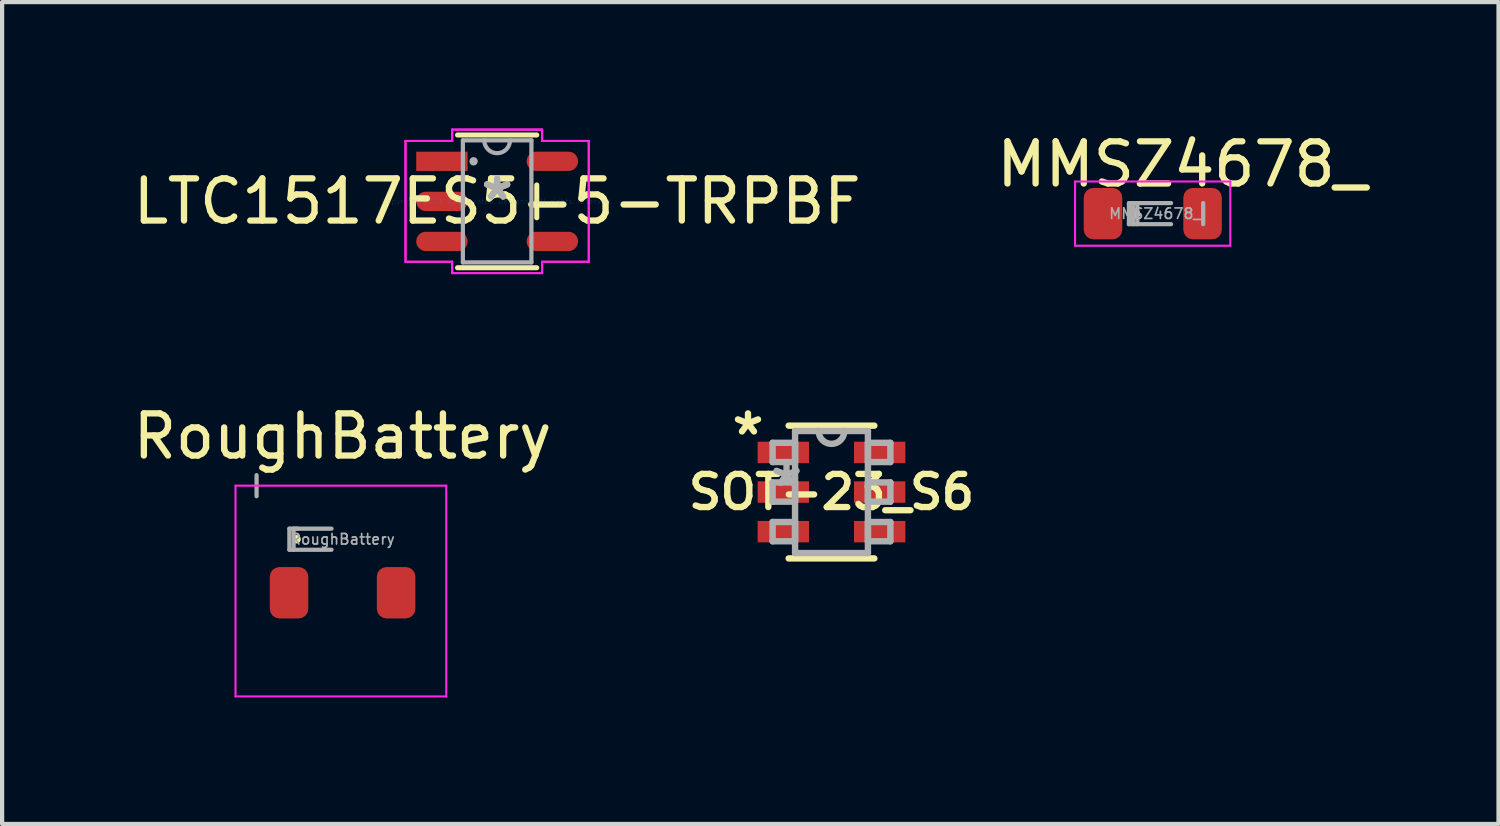
<source format=kicad_pcb>
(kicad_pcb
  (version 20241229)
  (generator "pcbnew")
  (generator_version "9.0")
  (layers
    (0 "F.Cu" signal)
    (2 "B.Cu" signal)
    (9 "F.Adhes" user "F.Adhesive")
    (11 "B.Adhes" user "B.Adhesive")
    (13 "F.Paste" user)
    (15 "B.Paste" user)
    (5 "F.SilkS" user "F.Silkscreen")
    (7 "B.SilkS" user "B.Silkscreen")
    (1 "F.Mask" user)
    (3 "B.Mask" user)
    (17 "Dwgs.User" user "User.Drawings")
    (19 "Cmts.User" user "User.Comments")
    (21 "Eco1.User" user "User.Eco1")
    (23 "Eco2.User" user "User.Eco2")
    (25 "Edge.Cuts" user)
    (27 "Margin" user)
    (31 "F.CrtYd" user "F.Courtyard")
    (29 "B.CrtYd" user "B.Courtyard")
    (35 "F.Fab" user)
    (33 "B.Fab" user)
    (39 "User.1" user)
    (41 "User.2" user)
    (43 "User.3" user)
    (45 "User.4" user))
  (footprint "LTC1517ES5-5-TRPBF"
    (layer "F.Cu")
    (at 8.744 1.727)
    (property "Reference" "LTC1517ES5-5-TRPBF" (at 0 0 0) (layer "F.SilkS") (effects (font (size 1 1) (thickness 0.15))))
    (attr through_hole)
    (fp_line (start -0.94 1.575) (end 0.94 1.575) (stroke (width 0.12) (type solid)) (layer "F.SilkS"))
    (fp_line (start 0.94 -1.575) (end -0.94 -1.575) (stroke (width 0.12) (type solid)) (layer "F.SilkS"))
    (fp_line (start 0.94 0.389) (end 0.94 -0.389) (stroke (width 0.12) (type solid)) (layer "F.SilkS"))
    (fp_line (start -2.174 -1.433) (end -1.067 -1.433) (stroke (width 0.05) (type solid)) (layer "F.CrtYd"))
    (fp_line (start -2.174 -1.433) (end -1.067 -1.433) (stroke (width 0.05) (type solid)) (layer "F.CrtYd"))
    (fp_line (start -2.174 1.433) (end -2.174 -1.433) (stroke (width 0.05) (type solid)) (layer "F.CrtYd"))
    (fp_line (start -2.174 1.433) (end -2.174 -1.433) (stroke (width 0.05) (type solid)) (layer "F.CrtYd"))
    (fp_line (start -2.174 1.433) (end -1.067 1.433) (stroke (width 0.05) (type solid)) (layer "F.CrtYd"))
    (fp_line (start -1.067 -1.702) (end 1.067 -1.702) (stroke (width 0.05) (type solid)) (layer "F.CrtYd"))
    (fp_line (start -1.067 -1.702) (end 1.067 -1.702) (stroke (width 0.05) (type solid)) (layer "F.CrtYd"))
    (fp_line (start -1.067 -1.433) (end -1.067 -1.702) (stroke (width 0.05) (type solid)) (layer "F.CrtYd"))
    (fp_line (start -1.067 -1.433) (end -1.067 -1.702) (stroke (width 0.05) (type solid)) (layer "F.CrtYd"))
    (fp_line (start -1.067 1.433) (end -2.174 1.433) (stroke (width 0.05) (type solid)) (layer "F.CrtYd"))
    (fp_line (start -1.067 1.702) (end -1.067 1.433) (stroke (width 0.05) (type solid)) (layer "F.CrtYd"))
    (fp_line (start -1.067 1.702) (end -1.067 1.433) (stroke (width 0.05) (type solid)) (layer "F.CrtYd"))
    (fp_line (start 1.067 -1.702) (end 1.067 -1.433) (stroke (width 0.05) (type solid)) (layer "F.CrtYd"))
    (fp_line (start 1.067 -1.702) (end 1.067 -1.433) (stroke (width 0.05) (type solid)) (layer "F.CrtYd"))
    (fp_line (start 1.067 -1.433) (end 2.174 -1.433) (stroke (width 0.05) (type solid)) (layer "F.CrtYd"))
    (fp_line (start 1.067 1.433) (end 1.067 1.702) (stroke (width 0.05) (type solid)) (layer "F.CrtYd"))
    (fp_line (start 1.067 1.433) (end 1.067 1.702) (stroke (width 0.05) (type solid)) (layer "F.CrtYd"))
    (fp_line (start 1.067 1.702) (end -1.067 1.702) (stroke (width 0.05) (type solid)) (layer "F.CrtYd"))
    (fp_line (start 1.067 1.702) (end -1.067 1.702) (stroke (width 0.05) (type solid)) (layer "F.CrtYd"))
    (fp_line (start 2.174 -1.433) (end 1.067 -1.433) (stroke (width 0.05) (type solid)) (layer "F.CrtYd"))
    (fp_line (start 2.174 -1.433) (end 2.174 1.433) (stroke (width 0.05) (type solid)) (layer "F.CrtYd"))
    (fp_line (start 2.174 -1.433) (end 2.174 1.433) (stroke (width 0.05) (type solid)) (layer "F.CrtYd"))
    (fp_line (start 2.174 1.433) (end 1.067 1.433) (stroke (width 0.05) (type solid)) (layer "F.CrtYd"))
    (fp_line (start 2.174 1.433) (end 1.067 1.433) (stroke (width 0.05) (type solid)) (layer "F.CrtYd"))
    (fp_line (start -0.813 -1.448) (end -0.813 1.448) (stroke (width 0.1) (type solid)) (layer "F.Fab"))
    (fp_line (start -0.813 1.448) (end 0.813 1.448) (stroke (width 0.1) (type solid)) (layer "F.Fab"))
    (fp_line (start 0.813 -1.448) (end -0.813 -1.448) (stroke (width 0.1) (type solid)) (layer "F.Fab"))
    (fp_line (start 0.813 1.448) (end 0.813 -1.448) (stroke (width 0.1) (type solid)) (layer "F.Fab"))
    (fp_arc (start 0.3048 -1.4478) (mid 0 -1.143) (end -0.3048 -1.4478) (stroke (width 0.1) (type solid)) (layer "F.Fab"))
    (fp_circle (center -0.559 -0.95) (end -0.559 -0.95) (stroke (width 0.1) (type solid)) (fill no) (layer "F.Fab"))
    (fp_text user "*" (at 0 0 0) (layer "F.SilkS") (effects (font (size 1 1) (thickness 0.15))))
    (fp_text user "Copyright 2021 Accelerated Designs. All rights reserved." (at 0 0 0) (layer "Cmts.User") (effects (font (size 0.127 0.127) (thickness 0.002))))
    (fp_text user "*" (at 0 0 0) (layer "F.Fab") (effects (font (size 1 1) (thickness 0.15))))
    (pad "1" smd rect (at -1.31 -0.95) (size 1.219 0.457) (layers "F.Cu" "F.Mask" "F.Paste"))
    (pad "2" smd oval (at -1.31 0) (size 1.219 0.457) (layers "F.Cu" "F.Mask" "F.Paste"))
    (pad "3" smd oval (at -1.31 0.95) (size 1.219 0.457) (layers "F.Cu" "F.Mask" "F.Paste"))
    (pad "4" smd oval (at 1.31 0.95) (size 1.219 0.457) (layers "F.Cu" "F.Mask" "F.Paste"))
    (pad "5" smd oval (at 1.31 -0.95) (size 1.219 0.457) (layers "F.Cu" "F.Mask" "F.Paste")))
  (footprint "SOT-23_S6"
    (layer "F.Cu")
    (at 16.676 8.623)
    (property "Reference" "SOT-23_S6" (at 0 0 0) (layer "F.SilkS") (effects (font (size 0.787 0.787) (thickness 0.15))))
    (attr through_hole)
    (fp_line (start -1.016 1.575) (end 1.016 1.575) (stroke (width 0.152) (type solid)) (layer "F.SilkS"))
    (fp_line (start 1.016 -1.575) (end -1.016 -1.575) (stroke (width 0.152) (type solid)) (layer "F.SilkS"))
    (fp_line (start -1.397 -1.168) (end -1.397 -0.711) (stroke (width 0.152) (type solid)) (layer "F.Fab"))
    (fp_line (start -1.397 -0.711) (end -0.864 -0.711) (stroke (width 0.152) (type solid)) (layer "F.Fab"))
    (fp_line (start -1.397 -0.229) (end -1.397 0.229) (stroke (width 0.152) (type solid)) (layer "F.Fab"))
    (fp_line (start -1.397 0.229) (end -0.864 0.229) (stroke (width 0.152) (type solid)) (layer "F.Fab"))
    (fp_line (start -1.397 0.711) (end -1.397 1.168) (stroke (width 0.152) (type solid)) (layer "F.Fab"))
    (fp_line (start -1.397 1.168) (end -0.864 1.168) (stroke (width 0.152) (type solid)) (layer "F.Fab"))
    (fp_line (start -0.864 -1.448) (end -0.864 1.448) (stroke (width 0.152) (type solid)) (layer "F.Fab"))
    (fp_line (start -0.864 -1.168) (end -1.397 -1.168) (stroke (width 0.152) (type solid)) (layer "F.Fab"))
    (fp_line (start -0.864 -0.711) (end -0.864 -1.168) (stroke (width 0.152) (type solid)) (layer "F.Fab"))
    (fp_line (start -0.864 -0.229) (end -1.397 -0.229) (stroke (width 0.152) (type solid)) (layer "F.Fab"))
    (fp_line (start -0.864 0.229) (end -0.864 -0.229) (stroke (width 0.152) (type solid)) (layer "F.Fab"))
    (fp_line (start -0.864 0.711) (end -1.397 0.711) (stroke (width 0.152) (type solid)) (layer "F.Fab"))
    (fp_line (start -0.864 1.168) (end -0.864 0.711) (stroke (width 0.152) (type solid)) (layer "F.Fab"))
    (fp_line (start -0.864 1.448) (end 0.864 1.448) (stroke (width 0.152) (type solid)) (layer "F.Fab"))
    (fp_line (start -0.305 -1.448) (end -0.864 -1.448) (stroke (width 0.152) (type solid)) (layer "F.Fab"))
    (fp_line (start 0.305 -1.448) (end -0.305 -1.448) (stroke (width 0.152) (type solid)) (layer "F.Fab"))
    (fp_line (start 0.864 -1.448) (end 0.305 -1.448) (stroke (width 0.152) (type solid)) (layer "F.Fab"))
    (fp_line (start 0.864 -1.168) (end 0.864 -0.711) (stroke (width 0.152) (type solid)) (layer "F.Fab"))
    (fp_line (start 0.864 -0.711) (end 1.397 -0.711) (stroke (width 0.152) (type solid)) (layer "F.Fab"))
    (fp_line (start 0.864 -0.229) (end 0.864 0.229) (stroke (width 0.152) (type solid)) (layer "F.Fab"))
    (fp_line (start 0.864 0.229) (end 1.397 0.229) (stroke (width 0.152) (type solid)) (layer "F.Fab"))
    (fp_line (start 0.864 0.711) (end 0.864 1.168) (stroke (width 0.152) (type solid)) (layer "F.Fab"))
    (fp_line (start 0.864 1.168) (end 1.397 1.168) (stroke (width 0.152) (type solid)) (layer "F.Fab"))
    (fp_line (start 0.864 1.448) (end 0.864 -1.448) (stroke (width 0.152) (type solid)) (layer "F.Fab"))
    (fp_line (start 1.397 -1.168) (end 0.864 -1.168) (stroke (width 0.152) (type solid)) (layer "F.Fab"))
    (fp_line (start 1.397 -0.711) (end 1.397 -1.168) (stroke (width 0.152) (type solid)) (layer "F.Fab"))
    (fp_line (start 1.397 -0.229) (end 0.864 -0.229) (stroke (width 0.152) (type solid)) (layer "F.Fab"))
    (fp_line (start 1.397 0.229) (end 1.397 -0.229) (stroke (width 0.152) (type solid)) (layer "F.Fab"))
    (fp_line (start 1.397 0.711) (end 0.864 0.711) (stroke (width 0.152) (type solid)) (layer "F.Fab"))
    (fp_line (start 1.397 1.168) (end 1.397 0.711) (stroke (width 0.152) (type solid)) (layer "F.Fab"))
    (fp_arc (start 0.3048 -1.4478) (mid 0 -1.143) (end -0.3048 -1.4478) (stroke (width 0.1524) (type solid)) (layer "F.Fab"))
    (fp_text user "*" (at -1.981 -1.321 0) (layer "F.SilkS") (effects (font (size 1 1) (thickness 0.15))))
    (fp_text user "*" (at -1.067 -0.102 0) (layer "F.Fab") (effects (font (size 1 1) (thickness 0.15))))
    (pad "1" smd rect (at -1.143 -0.94) (size 1.219 0.508) (layers "F.Cu" "F.Mask" "F.Paste"))
    (pad "2" smd rect (at -1.143 0) (size 1.219 0.508) (layers "F.Cu" "F.Mask" "F.Paste"))
    (pad "3" smd rect (at -1.143 0.94) (size 1.219 0.508) (layers "F.Cu" "F.Mask" "F.Paste"))
    (pad "4" smd rect (at 1.143 0.94) (size 1.219 0.508) (layers "F.Cu" "F.Mask" "F.Paste"))
    (pad "5" smd rect (at 1.143 0) (size 1.219 0.508) (layers "F.Cu" "F.Mask" "F.Paste"))
    (pad "6" smd rect (at 1.143 -0.94) (size 1.219 0.508) (layers "F.Cu" "F.Mask" "F.Paste")))
  (footprint "MMSZ4678_"
    (layer "F.Cu")
    (at 24.994 2.018)
    (property "Reference" "MMSZ4678_" (at 0 -1.17 0) (layer "F.SilkS") (effects (font (size 1 1) (thickness 0.15))))
    (attr smd)
    (fp_circle (center -1.09 0) (end -1.04 0) (stroke (width 0.1) (type solid)) (fill no) (layer "F.SilkS"))
    (fp_line (start -2.54 -0.762) (end 1.143 -0.762) (stroke (width 0.05) (type solid)) (layer "F.CrtYd"))
    (fp_line (start -2.54 0.762) (end -2.54 -0.762) (stroke (width 0.05) (type solid)) (layer "F.CrtYd"))
    (fp_line (start 1.143 -0.762) (end 1.143 0.762) (stroke (width 0.05) (type solid)) (layer "F.CrtYd"))
    (fp_line (start 1.143 0.762) (end -2.54 0.762) (stroke (width 0.05) (type solid)) (layer "F.CrtYd"))
    (fp_line (start -1.262 -0.25) (end -0.262 -0.25) (stroke (width 0.1) (type solid)) (layer "F.Fab"))
    (fp_line (start -1.262 0.25) (end -1.262 -0.25) (stroke (width 0.1) (type solid)) (layer "F.Fab"))
    (fp_line (start -1.162 0.25) (end -1.162 -0.25) (stroke (width 0.1) (type solid)) (layer "F.Fab"))
    (fp_line (start -1.062 0.25) (end -1.062 -0.25) (stroke (width 0.1) (type solid)) (layer "F.Fab"))
    (fp_line (start -0.262 0.25) (end -1.262 0.25) (stroke (width 0.1) (type solid)) (layer "F.Fab"))
    (fp_line (start 0.5 -0.25) (end 0.5 0.25) (stroke (width 0.1) (type solid)) (layer "F.Fab"))
    (fp_text user "${REFERENCE}" (at -0.635 0 0) (layer "F.Fab") (effects (font (size 0.25 0.25) (thickness 0.04))))
    (pad "1" smd roundrect (at -1.877 0) (size 0.914 1.219) (layers "F.Cu" "F.Mask" "F.Paste") (roundrect_rratio 0.25))
    (pad "2" smd roundrect (at 0.485 0) (size 0.914 1.219) (layers "F.Cu" "F.Mask" "F.Paste") (roundrect_rratio 0.25)))
  (footprint "RoughBattery"
    (layer "F.Cu")
    (at 2.537 8.472)
    (property "Reference" "RoughBattery" (at 2.54 -1.17 0) (layer "F.SilkS") (effects (font (size 1 1) (thickness 0.15))))
    (attr smd)
    (fp_circle (center 1.45 1.27) (end 1.5 1.27) (stroke (width 0.1) (type solid)) (fill no) (layer "F.SilkS"))
    (fp_line (start 0 0) (end 0 5) (stroke (width 0.05) (type solid)) (layer "F.CrtYd"))
    (fp_line (start 0 0) (end 5 0) (stroke (width 0.05) (type solid)) (layer "F.CrtYd"))
    (fp_line (start 0 5) (end 5 5) (stroke (width 0.05) (type solid)) (layer "F.CrtYd"))
    (fp_line (start 5 0) (end 5 5) (stroke (width 0.05) (type solid)) (layer "F.CrtYd"))
    (fp_line (start 0.5 -0.25) (end 0.5 0.25) (stroke (width 0.1) (type solid)) (layer "F.Fab"))
    (fp_line (start 1.278 1.02) (end 2.278 1.02) (stroke (width 0.1) (type solid)) (layer "F.Fab"))
    (fp_line (start 1.278 1.52) (end 1.278 1.02) (stroke (width 0.1) (type solid)) (layer "F.Fab"))
    (fp_line (start 1.378 1.02) (end 1.478 1.02) (stroke (width 0.1) (type solid)) (layer "F.Fab"))
    (fp_line (start 1.378 1.52) (end 1.378 1.02) (stroke (width 0.1) (type solid)) (layer "F.Fab"))
    (fp_line (start 2.278 1.52) (end 1.278 1.52) (stroke (width 0.1) (type solid)) (layer "F.Fab"))
    (fp_text user "${REFERENCE}" (at 2.54 1.27 0) (layer "F.Fab") (effects (font (size 0.25 0.25) (thickness 0.04))))
    (pad "1" smd roundrect (at 1.27 2.54) (size 0.914 1.219) (layers "F.Cu" "F.Mask" "F.Paste") (roundrect_rratio 0.25))
    (pad "2" smd roundrect (at 3.81 2.54) (size 0.914 1.219) (layers "F.Cu" "F.Mask" "F.Paste") (roundrect_rratio 0.25)))
  (gr_rect
    (start -3 -3)
    (end 32.5 16.497)
    (stroke (width 0.1) (type default))
    (fill no)
    (layer "Edge.Cuts")))
</source>
